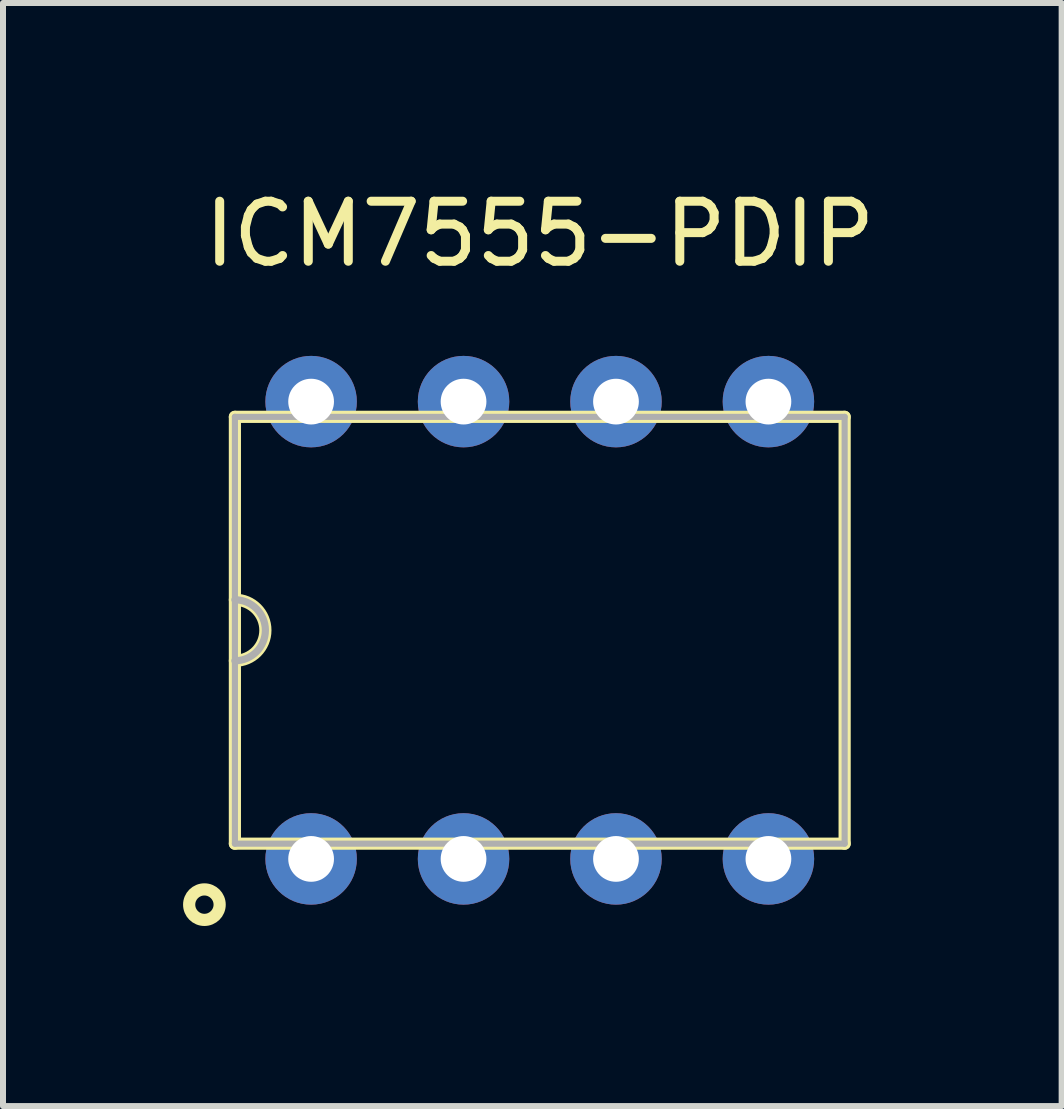
<source format=kicad_pcb>
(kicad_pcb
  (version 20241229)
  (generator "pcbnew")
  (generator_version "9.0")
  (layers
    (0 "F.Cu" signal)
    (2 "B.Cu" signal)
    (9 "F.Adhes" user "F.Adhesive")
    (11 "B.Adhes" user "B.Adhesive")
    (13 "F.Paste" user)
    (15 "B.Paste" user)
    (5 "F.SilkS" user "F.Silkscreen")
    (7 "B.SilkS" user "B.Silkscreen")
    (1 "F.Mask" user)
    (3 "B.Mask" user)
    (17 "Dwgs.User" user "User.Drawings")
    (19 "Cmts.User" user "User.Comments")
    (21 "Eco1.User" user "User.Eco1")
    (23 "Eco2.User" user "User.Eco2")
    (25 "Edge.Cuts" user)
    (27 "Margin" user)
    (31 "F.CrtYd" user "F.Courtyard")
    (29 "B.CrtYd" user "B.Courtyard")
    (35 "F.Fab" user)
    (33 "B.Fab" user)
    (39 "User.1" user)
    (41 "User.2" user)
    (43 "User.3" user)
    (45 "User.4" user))
  (footprint "ICM7555-PDIP"
    (layer "F.Cu")
    (at 5.944 7.452)
    (property "Reference" "ICM7555-PDIP" (at 0 -6.604 0) (layer "F.SilkS") (effects (font (size 1 1) (thickness 0.15))))
    (attr through_hole)
    (fp_line (start -5.08 -3.556) (end 5.08 -3.556) (stroke (width 0.203) (type solid)) (layer "F.SilkS"))
    (fp_line (start -5.08 3.556) (end -5.08 -3.556) (stroke (width 0.203) (type solid)) (layer "F.SilkS"))
    (fp_line (start 5.08 3.556) (end -5.08 3.556) (stroke (width 0.203) (type solid)) (layer "F.SilkS"))
    (fp_line (start 5.08 3.556) (end 5.08 -3.556) (stroke (width 0.203) (type solid)) (layer "F.SilkS"))
    (fp_arc (start -5.08 -0.508) (mid -4.572 0) (end -5.08 0.508) (stroke (width 0.2032) (type solid)) (layer "F.SilkS"))
    (fp_circle (center -5.588 4.572) (end -5.334 4.572) (stroke (width 0.203) (type solid)) (fill no) (layer "F.SilkS"))
    (fp_line (start -5.08 -3.556) (end 5.08 -3.556) (stroke (width 0.102) (type solid)) (layer "F.Fab"))
    (fp_line (start -5.08 3.556) (end -5.08 -3.556) (stroke (width 0.102) (type solid)) (layer "F.Fab"))
    (fp_line (start -5.08 3.556) (end 5.08 3.556) (stroke (width 0.102) (type solid)) (layer "F.Fab"))
    (fp_line (start 5.08 3.556) (end 5.08 -3.556) (stroke (width 0.102) (type solid)) (layer "F.Fab"))
    (fp_arc (start -5.08 -0.508) (mid -4.572 0) (end -5.08 0.508) (stroke (width 0.12) (type solid)) (layer "F.Fab"))
    (pad "1" thru_hole circle (at -3.81 3.81) (size 1.524 1.524) (drill 0.762) (layers "*.Cu" "*.Mask"))
    (pad "2" thru_hole circle (at -1.27 3.81) (size 1.524 1.524) (drill 0.762) (layers "*.Cu" "*.Mask"))
    (pad "3" thru_hole circle (at 1.27 3.81) (size 1.524 1.524) (drill 0.762) (layers "*.Cu" "*.Mask"))
    (pad "4" thru_hole circle (at 3.81 3.81) (size 1.524 1.524) (drill 0.762) (layers "*.Cu" "*.Mask"))
    (pad "5" thru_hole circle (at 3.81 -3.81) (size 1.524 1.524) (drill 0.762) (layers "*.Cu" "*.Mask"))
    (pad "6" thru_hole circle (at 1.27 -3.81) (size 1.524 1.524) (drill 0.762) (layers "*.Cu" "*.Mask"))
    (pad "7" thru_hole circle (at -1.27 -3.81) (size 1.524 1.524) (drill 0.762) (layers "*.Cu" "*.Mask"))
    (pad "8" thru_hole circle (at -3.81 -3.81) (size 1.524 1.524) (drill 0.762) (layers "*.Cu" "*.Mask")))
  (gr_rect
    (start -3 -3)
    (end 14.64 15.38)
    (stroke (width 0.1) (type default))
    (fill no)
    (layer "Edge.Cuts")))
</source>
